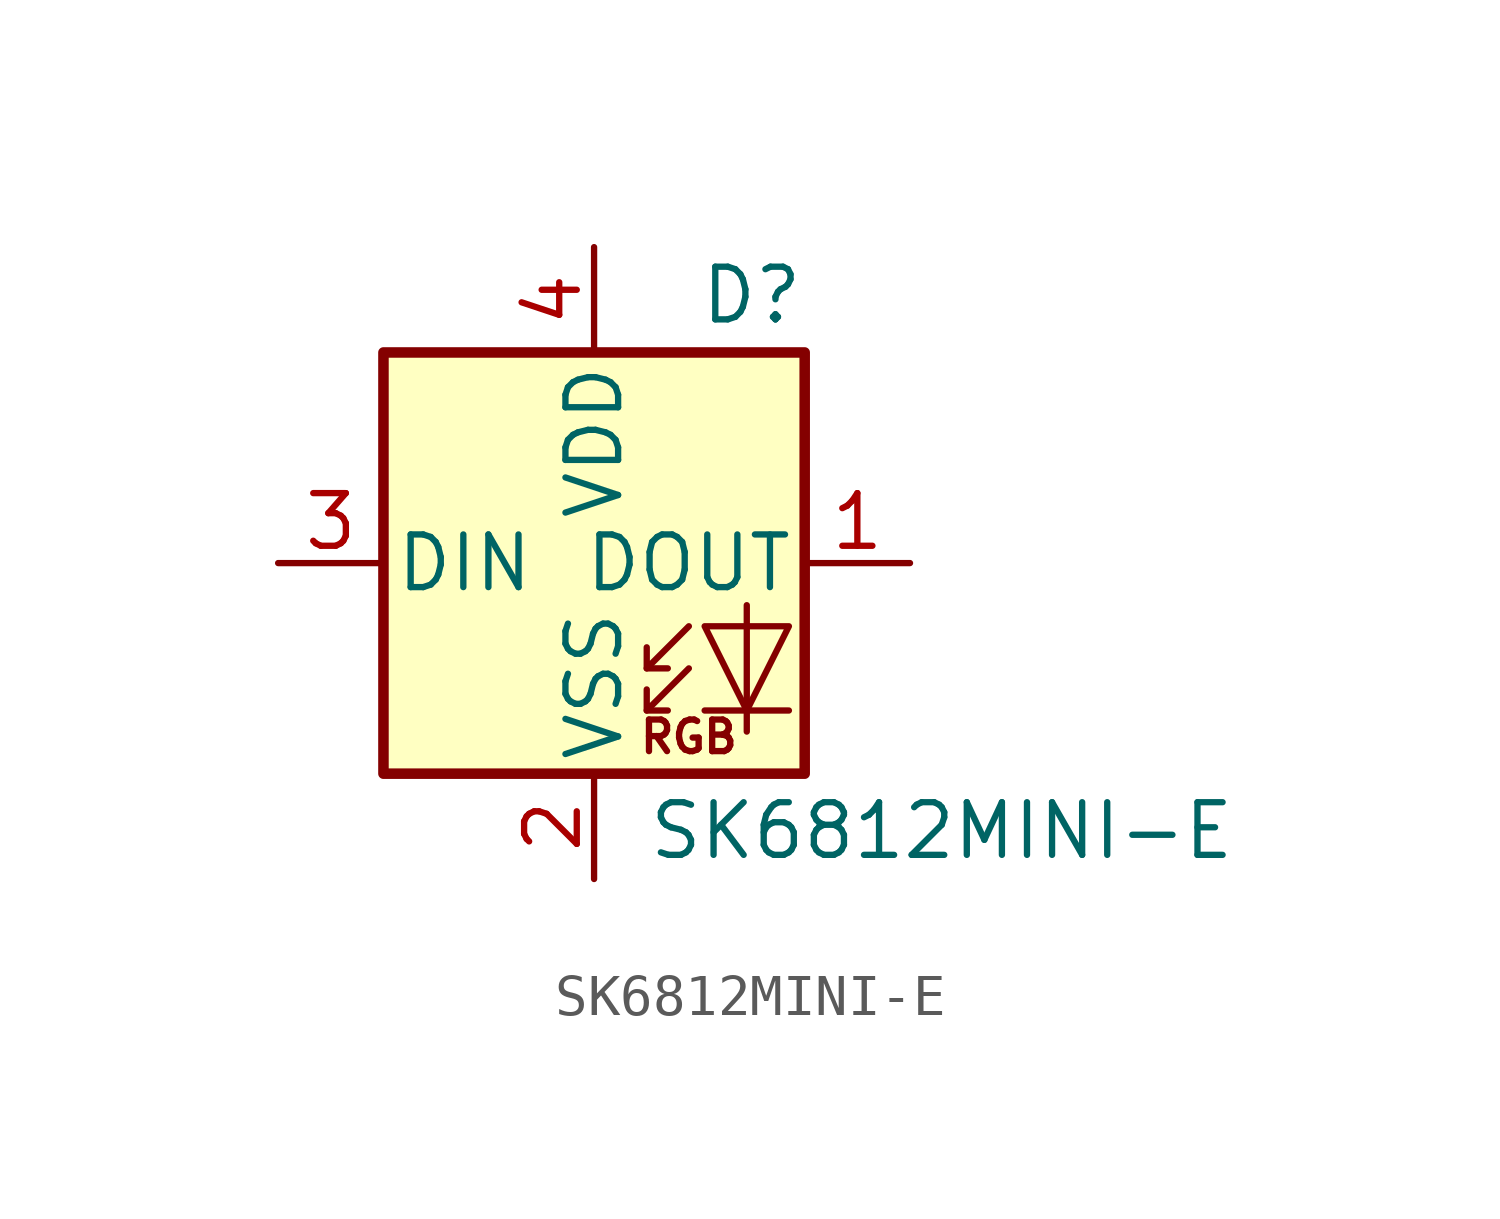
<source format=kicad_sym>
(kicad_symbol_lib
  (version 20211014)
  (generator kicad_symbol_editor)
  (symbol "SK6812MINI-E"
    (pin_names
      (offset 0.254))
    (property "Reference" "D"
      (at 5.08 5.715 0)
      (effects (font (size 1.27 1.27)) (justify right bottom)))
    (property "Value" "SK6812MINI-E"
      (at 1.27 -5.715 0)
      (effects (font (size 1.27 1.27)) (justify left top)))
    (symbol "SK6812MINI-E_0_0"
      (text "RGB" (at 2.286 -4.191 0) (effects (font (size 0.762 0.762)))))
    (symbol "SK6812MINI-E_0_1"
      (polyline (pts (xy 1.27 -3.556) (xy 1.778 -3.556)) (stroke (width 0) (type default) (color 0 0 0 0)) (fill (type none)))
      (polyline (pts (xy 1.27 -2.54) (xy 1.778 -2.54)) (stroke (width 0) (type default) (color 0 0 0 0)) (fill (type none)))
      (polyline (pts (xy 4.699 -3.556) (xy 2.667 -3.556)) (stroke (width 0) (type default) (color 0 0 0 0)) (fill (type none)))
      (polyline (pts (xy 2.286 -2.54) (xy 1.27 -3.556) (xy 1.27 -3.048)) (stroke (width 0) (type default) (color 0 0 0 0)) (fill (type none)))
      (polyline (pts (xy 2.286 -1.524) (xy 1.27 -2.54) (xy 1.27 -2.032)) (stroke (width 0) (type default) (color 0 0 0 0)) (fill (type none)))
      (polyline (pts (xy 3.683 -1.016) (xy 3.683 -3.556) (xy 3.683 -4.064)) (stroke (width 0) (type default) (color 0 0 0 0)) (fill (type none)))
      (polyline (pts (xy 4.699 -1.524) (xy 2.667 -1.524) (xy 3.683 -3.556) (xy 4.699 -1.524)) (stroke (width 0) (type default) (color 0 0 0 0)) (fill (type none)))
      (rectangle (start 5.08 5.08) (end -5.08 -5.08) (stroke (width 0.254) (type default) (color 0 0 0 0)) (fill (type background))))
    (symbol "SK6812MINI-E_1_1"
      (pin output line (at 7.62 0 180) (length 2.54) (name "DOUT" (effects (font (size 1.27 1.27)))) (number "1" (effects (font (size 1.27 1.27)))))
      (pin power_in line (at 0 -7.62 90) (length 2.54) (name "VSS" (effects (font (size 1.27 1.27)))) (number "2" (effects (font (size 1.27 1.27)))))
      (pin input line (at -7.62 0 0) (length 2.54) (name "DIN" (effects (font (size 1.27 1.27)))) (number "3" (effects (font (size 1.27 1.27)))))
      (pin power_in line (at 0 7.62 270) (length 2.54) (name "VDD" (effects (font (size 1.27 1.27)))) (number "4" (effects (font (size 1.27 1.27))))))))
</source>
